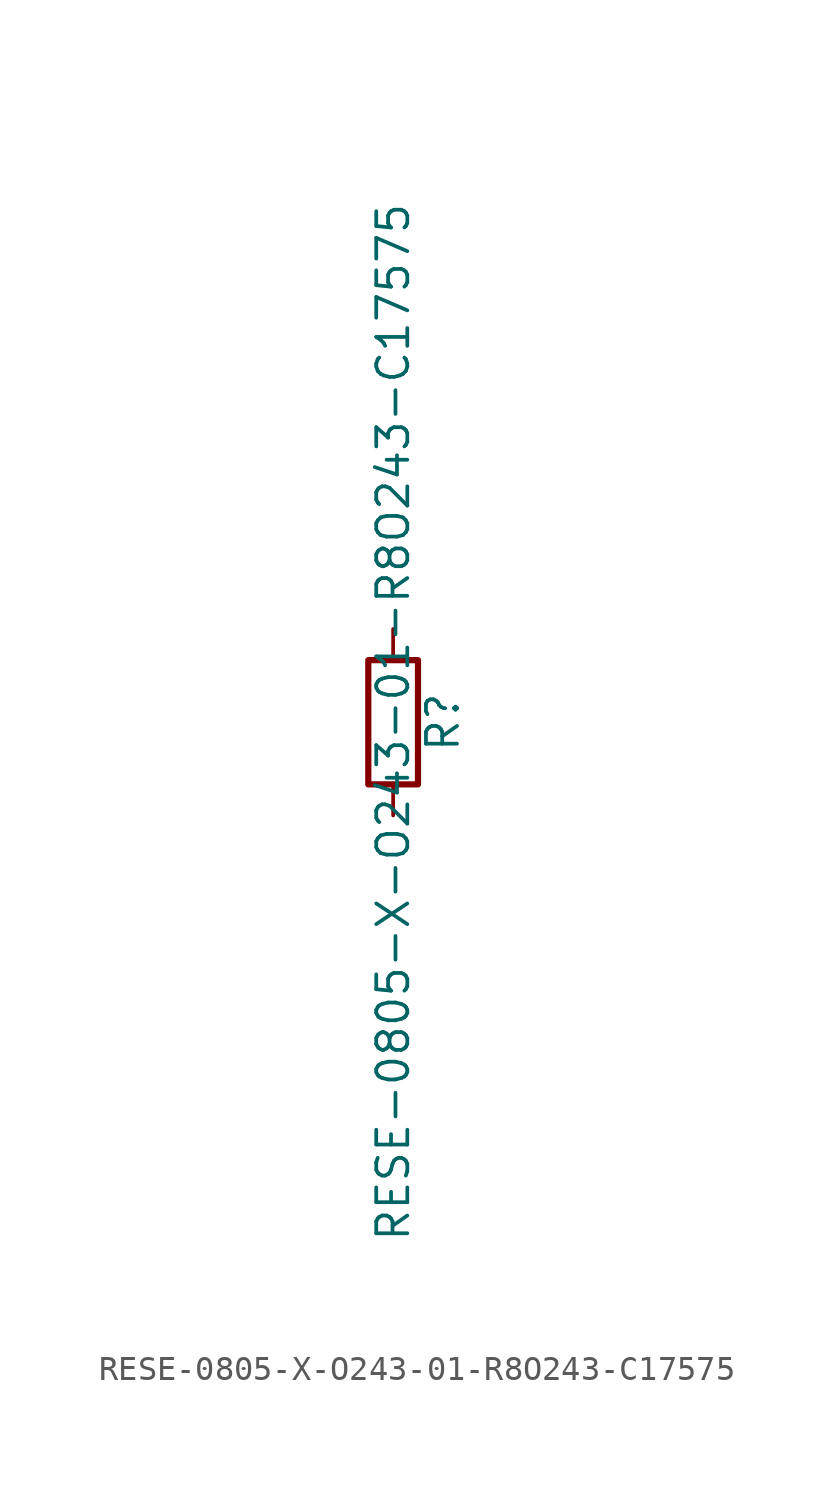
<source format=kicad_sym>
(kicad_symbol_lib
  (version 20211014)
  (generator kicad_symbol_editor)
  (symbol "RESE-0805-X-O243-01-R8O243-C17575"
    (pin_numbers hide)
    (pin_names
      (offset 0))
    (property "Reference" "R"
      (at 2.032 0 90)
      (effects (font (size 1.27 1.27))))
    (property "Value" "RESE-0805-X-O243-01-R8O243-C17575"
      (at 0 0 90)
      (effects (font (size 1.27 1.27))))
    (symbol "RESE-0805-X-O243-01-R8O243-C17575_0_1"
      (rectangle (start -1.016 -2.54) (end 1.016 2.54) (stroke (width 0.254) (type default) (color 0 0 0 0)) (fill (type none))))
    (symbol "RESE-0805-X-O243-01-R8O243-C17575_1_1"
      (pin passive line (at 0 3.81 270) (length 1.27) (name "~" (effects (font (size 1.27 1.27)))) (number "1" (effects (font (size 1.27 1.27)))))
      (pin passive line (at 0 -3.81 90) (length 1.27) (name "~" (effects (font (size 1.27 1.27)))) (number "2" (effects (font (size 1.27 1.27))))))))
</source>
